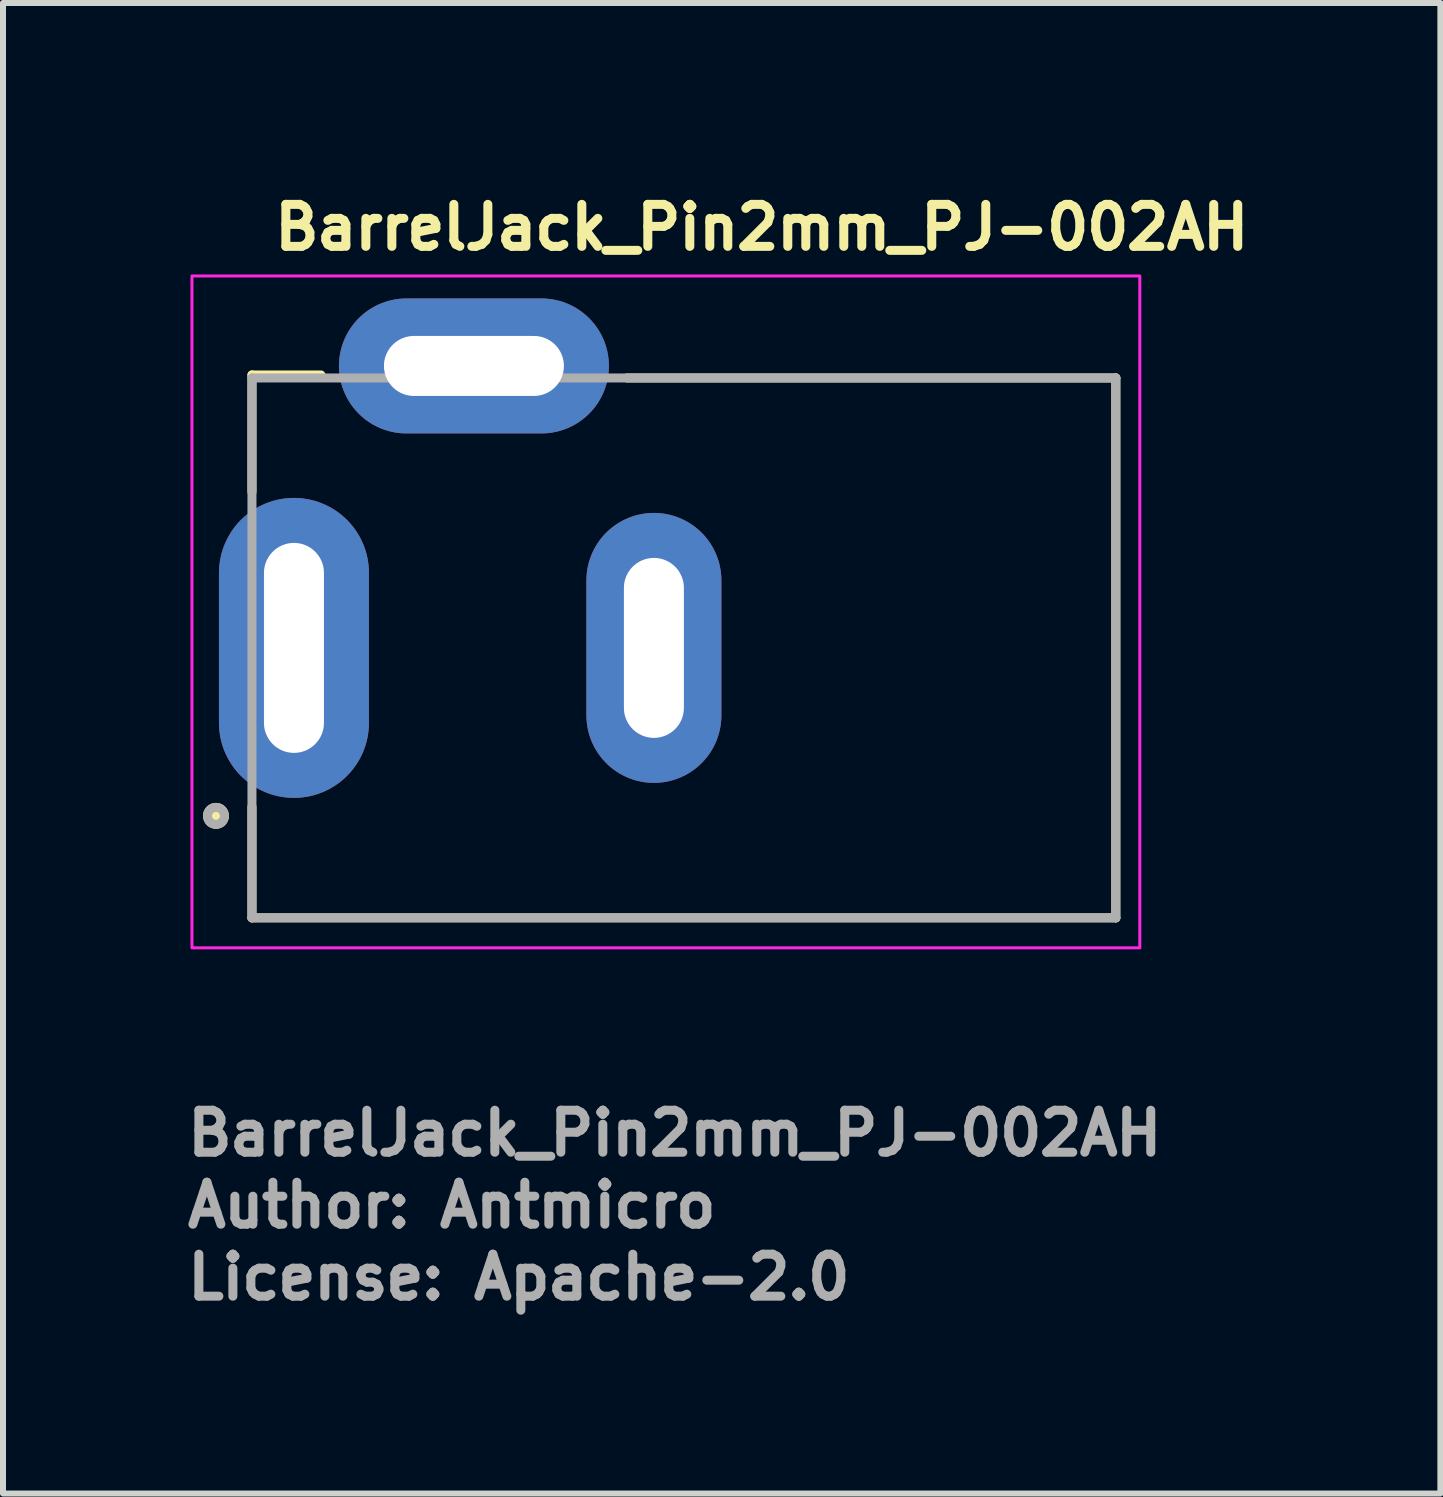
<source format=kicad_pcb>
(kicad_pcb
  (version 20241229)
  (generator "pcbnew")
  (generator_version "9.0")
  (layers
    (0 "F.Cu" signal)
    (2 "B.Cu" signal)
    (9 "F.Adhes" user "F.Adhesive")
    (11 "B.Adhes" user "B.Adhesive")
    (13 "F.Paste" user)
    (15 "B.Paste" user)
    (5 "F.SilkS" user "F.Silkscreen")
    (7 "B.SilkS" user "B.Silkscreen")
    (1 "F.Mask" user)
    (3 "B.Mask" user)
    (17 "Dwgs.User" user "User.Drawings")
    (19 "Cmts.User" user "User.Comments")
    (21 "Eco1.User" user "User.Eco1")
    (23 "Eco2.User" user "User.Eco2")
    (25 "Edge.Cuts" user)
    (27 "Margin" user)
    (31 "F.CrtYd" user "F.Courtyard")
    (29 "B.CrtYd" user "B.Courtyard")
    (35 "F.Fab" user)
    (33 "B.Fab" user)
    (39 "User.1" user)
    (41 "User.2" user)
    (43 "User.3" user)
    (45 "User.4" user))
  (footprint "BarrelJack_Pin2mm_PJ-002AH"
    (layer "F.Cu")
    (at 1.85 7.75)
    (property "Reference" "BarrelJack_Pin2mm_PJ-002AH" (at -0.4 -6.6 0) (layer "F.SilkS") (effects (font (size 0.7 0.7) (thickness 0.15)) (justify left bottom)))
    (attr through_hole)
    (fp_line (start -0.7 -4.55) (end 0.45 -4.55) (stroke (width 0.15) (type solid)) (layer "F.SilkS"))
    (fp_line (start -0.7 -2.6) (end -0.7 -4.55) (stroke (width 0.15) (type solid)) (layer "F.SilkS"))
    (fp_line (start -0.7 4.5) (end -0.7 2.65) (stroke (width 0.15) (type solid)) (layer "F.SilkS"))
    (fp_line (start 5.55 -4.5) (end 13.7 -4.5) (stroke (width 0.15) (type solid)) (layer "F.SilkS"))
    (fp_line (start 13.7 -4.5) (end 13.7 4.5) (stroke (width 0.15) (type solid)) (layer "F.SilkS"))
    (fp_line (start 13.7 4.5) (end -0.7 4.5) (stroke (width 0.15) (type solid)) (layer "F.SilkS"))
    (fp_circle (center -1.3 2.8) (end -1.2 2.9) (stroke (width 0.15) (type solid)) (fill yes) (layer "F.SilkS"))
    (fp_rect (start 14.1 5) (end -1.7 -6.2) (stroke (width 0.05) (type default)) (fill no) (layer "F.CrtYd"))
    (fp_line (start -0.7 -4.5) (end 13.7 -4.5) (stroke (width 0.15) (type solid)) (layer "F.Fab"))
    (fp_line (start -0.7 4.5) (end -0.7 -4.5) (stroke (width 0.15) (type solid)) (layer "F.Fab"))
    (fp_line (start 13.7 -4.5) (end 13.7 4.5) (stroke (width 0.15) (type solid)) (layer "F.Fab"))
    (fp_line (start 13.7 4.5) (end -0.7 4.5) (stroke (width 0.15) (type solid)) (layer "F.Fab"))
    (fp_circle (center -1.3 2.8) (end -1.159 2.8) (stroke (width 0.15) (type solid)) (fill no) (layer "F.Fab"))
    (fp_line (start -0.65 -1.5) (end -0.65 -4.5) (stroke (width 0.1) (type solid)) (layer "User.9"))
    (fp_line (start -0.65 4.5) (end -0.65 1.5) (stroke (width 0.1) (type solid)) (layer "User.9"))
    (fp_line (start -0.13 -1.5) (end -0.65 -1.5) (stroke (width 0.1) (type solid)) (layer "User.9"))
    (fp_line (start -0.13 -1.5) (end -0.128 -1.5) (stroke (width 0.1) (type solid)) (layer "User.9"))
    (fp_line (start -0.13 1.5) (end -0.65 1.5) (stroke (width 0.1) (type solid)) (layer "User.9"))
    (fp_line (start -0.13 1.5) (end -0.13 -1.5) (stroke (width 0.1) (type solid)) (layer "User.9"))
    (fp_line (start -0.128 -1.5) (end -0.122 -1.5) (stroke (width 0.1) (type solid)) (layer "User.9"))
    (fp_line (start -0.128 1.5) (end -0.13 1.5) (stroke (width 0.1) (type solid)) (layer "User.9"))
    (fp_line (start -0.122 -1.5) (end -0.111 -1.5) (stroke (width 0.1) (type solid)) (layer "User.9"))
    (fp_line (start -0.122 1.5) (end -0.128 1.5) (stroke (width 0.1) (type solid)) (layer "User.9"))
    (fp_line (start -0.111 -1.5) (end -0.097 -1.5) (stroke (width 0.1) (type solid)) (layer "User.9"))
    (fp_line (start -0.111 1.5) (end -0.122 1.5) (stroke (width 0.1) (type solid)) (layer "User.9"))
    (fp_line (start -0.097 -1.5) (end -0.078 -1.5) (stroke (width 0.1) (type solid)) (layer "User.9"))
    (fp_line (start -0.097 1.5) (end -0.111 1.5) (stroke (width 0.1) (type solid)) (layer "User.9"))
    (fp_line (start -0.078 -1.5) (end -0.056 -1.5) (stroke (width 0.1) (type solid)) (layer "User.9"))
    (fp_line (start -0.078 1.5) (end -0.097 1.5) (stroke (width 0.1) (type solid)) (layer "User.9"))
    (fp_line (start -0.056 -1.5) (end -0.03 -1.5) (stroke (width 0.1) (type solid)) (layer "User.9"))
    (fp_line (start -0.056 1.5) (end -0.078 1.5) (stroke (width 0.1) (type solid)) (layer "User.9"))
    (fp_line (start -0.03 -1.5) (end -0.001 -1.5) (stroke (width 0.1) (type solid)) (layer "User.9"))
    (fp_line (start -0.03 1.5) (end -0.056 1.5) (stroke (width 0.1) (type solid)) (layer "User.9"))
    (fp_line (start -0.001 -1.5) (end 0.032 -1.5) (stroke (width 0.1) (type solid)) (layer "User.9"))
    (fp_line (start -0.001 1.5) (end -0.03 1.5) (stroke (width 0.1) (type solid)) (layer "User.9"))
    (fp_line (start 0.032 -1.5) (end 0.067 -1.5) (stroke (width 0.1) (type solid)) (layer "User.9"))
    (fp_line (start 0.032 1.5) (end -0.001 1.5) (stroke (width 0.1) (type solid)) (layer "User.9"))
    (fp_line (start 0.067 -1.5) (end 0.105 -1.5) (stroke (width 0.1) (type solid)) (layer "User.9"))
    (fp_line (start 0.067 1.5) (end 0.032 1.5) (stroke (width 0.1) (type solid)) (layer "User.9"))
    (fp_line (start 0.105 -1.5) (end 0.145 -1.5) (stroke (width 0.1) (type solid)) (layer "User.9"))
    (fp_line (start 0.105 1.5) (end 0.067 1.5) (stroke (width 0.1) (type solid)) (layer "User.9"))
    (fp_line (start 0.145 -1.5) (end 0.187 -1.5) (stroke (width 0.1) (type solid)) (layer "User.9"))
    (fp_line (start 0.145 1.5) (end 0.105 1.5) (stroke (width 0.1) (type solid)) (layer "User.9"))
    (fp_line (start 0.187 -1.5) (end 0.23 -1.5) (stroke (width 0.1) (type solid)) (layer "User.9"))
    (fp_line (start 0.187 1.5) (end 0.145 1.5) (stroke (width 0.1) (type solid)) (layer "User.9"))
    (fp_line (start 0.23 -1.496) (end 0.23 -1.5) (stroke (width 0.1) (type solid)) (layer "User.9"))
    (fp_line (start 0.23 -1.483) (end 0.23 -1.496) (stroke (width 0.1) (type solid)) (layer "User.9"))
    (fp_line (start 0.23 -1.462) (end 0.23 -1.483) (stroke (width 0.1) (type solid)) (layer "User.9"))
    (fp_line (start 0.23 -1.433) (end 0.23 -1.462) (stroke (width 0.1) (type solid)) (layer "User.9"))
    (fp_line (start 0.23 -1.396) (end 0.23 -1.433) (stroke (width 0.1) (type solid)) (layer "User.9"))
    (fp_line (start 0.23 -1.351) (end 0.23 -1.396) (stroke (width 0.1) (type solid)) (layer "User.9"))
    (fp_line (start 0.23 -1.299) (end 0.23 -1.351) (stroke (width 0.1) (type solid)) (layer "User.9"))
    (fp_line (start 0.23 -1.239) (end 0.23 -1.299) (stroke (width 0.1) (type solid)) (layer "User.9"))
    (fp_line (start 0.23 -1.173) (end 0.23 -1.239) (stroke (width 0.1) (type solid)) (layer "User.9"))
    (fp_line (start 0.23 -1.1) (end 0.23 -1.173) (stroke (width 0.1) (type solid)) (layer "User.9"))
    (fp_line (start 0.23 -1.02) (end 0.23 -1.1) (stroke (width 0.1) (type solid)) (layer "User.9"))
    (fp_line (start 0.23 -0.935) (end 0.23 -1.02) (stroke (width 0.1) (type solid)) (layer "User.9"))
    (fp_line (start 0.23 -0.845) (end 0.23 -0.935) (stroke (width 0.1) (type solid)) (layer "User.9"))
    (fp_line (start 0.23 -0.75) (end 0.23 -0.845) (stroke (width 0.1) (type solid)) (layer "User.9"))
    (fp_line (start 0.23 0.845) (end 0.23 0.75) (stroke (width 0.1) (type solid)) (layer "User.9"))
    (fp_line (start 0.23 0.935) (end 0.23 0.845) (stroke (width 0.1) (type solid)) (layer "User.9"))
    (fp_line (start 0.23 1.02) (end 0.23 0.935) (stroke (width 0.1) (type solid)) (layer "User.9"))
    (fp_line (start 0.23 1.1) (end 0.23 1.02) (stroke (width 0.1) (type solid)) (layer "User.9"))
    (fp_line (start 0.23 1.173) (end 0.23 1.1) (stroke (width 0.1) (type solid)) (layer "User.9"))
    (fp_line (start 0.23 1.239) (end 0.23 1.173) (stroke (width 0.1) (type solid)) (layer "User.9"))
    (fp_line (start 0.23 1.299) (end 0.23 1.239) (stroke (width 0.1) (type solid)) (layer "User.9"))
    (fp_line (start 0.23 1.351) (end 0.23 1.299) (stroke (width 0.1) (type solid)) (layer "User.9"))
    (fp_line (start 0.23 1.396) (end 0.23 1.351) (stroke (width 0.1) (type solid)) (layer "User.9"))
    (fp_line (start 0.23 1.433) (end 0.23 1.396) (stroke (width 0.1) (type solid)) (layer "User.9"))
    (fp_line (start 0.23 1.462) (end 0.23 1.433) (stroke (width 0.1) (type solid)) (layer "User.9"))
    (fp_line (start 0.23 1.483) (end 0.23 1.462) (stroke (width 0.1) (type solid)) (layer "User.9"))
    (fp_line (start 0.23 1.496) (end 0.23 1.483) (stroke (width 0.1) (type solid)) (layer "User.9"))
    (fp_line (start 0.23 1.5) (end 0.187 1.5) (stroke (width 0.1) (type solid)) (layer "User.9"))
    (fp_line (start 0.23 1.5) (end 0.23 -1.5) (stroke (width 0.1) (type solid)) (layer "User.9"))
    (fp_line (start 0.23 1.5) (end 0.23 -1.5) (stroke (width 0.1) (type solid)) (layer "User.9"))
    (fp_line (start 0.23 1.5) (end 0.23 1.496) (stroke (width 0.1) (type solid)) (layer "User.9"))
    (fp_line (start 0.25 -4.5) (end -0.65 -4.5) (stroke (width 0.1) (type solid)) (layer "User.9"))
    (fp_line (start 0.25 -4.5) (end 0.25 -4.1) (stroke (width 0.1) (type solid)) (layer "User.9"))
    (fp_line (start 0.25 -4.5) (end 10.25 -4.5) (stroke (width 0.1) (type solid)) (layer "User.9"))
    (fp_line (start 0.25 -4.1) (end 0.25 -3.997) (stroke (width 0.1) (type solid)) (layer "User.9"))
    (fp_line (start 0.25 -4.1) (end 10.25 -4.1) (stroke (width 0.1) (type solid)) (layer "User.9"))
    (fp_line (start 0.25 -3.997) (end 0.25 -3.694) (stroke (width 0.1) (type solid)) (layer "User.9"))
    (fp_line (start 0.25 -3.694) (end 0.25 -3.206) (stroke (width 0.1) (type solid)) (layer "User.9"))
    (fp_line (start 0.25 -3.206) (end 0.25 -2.556) (stroke (width 0.1) (type solid)) (layer "User.9"))
    (fp_line (start 0.25 -2.556) (end 0.25 -1.779) (stroke (width 0.1) (type solid)) (layer "User.9"))
    (fp_line (start 0.25 -1.779) (end 0.25 -0.912) (stroke (width 0.1) (type solid)) (layer "User.9"))
    (fp_line (start 0.25 -0.912) (end 0.25 0) (stroke (width 0.1) (type solid)) (layer "User.9"))
    (fp_line (start 0.25 0) (end 0.25 0.912) (stroke (width 0.1) (type solid)) (layer "User.9"))
    (fp_line (start 0.25 0.912) (end 0.25 1.779) (stroke (width 0.1) (type solid)) (layer "User.9"))
    (fp_line (start 0.25 1.779) (end 0.25 2.556) (stroke (width 0.1) (type solid)) (layer "User.9"))
    (fp_line (start 0.25 2.556) (end 0.25 3.206) (stroke (width 0.1) (type solid)) (layer "User.9"))
    (fp_line (start 0.25 3.206) (end 0.25 3.694) (stroke (width 0.1) (type solid)) (layer "User.9"))
    (fp_line (start 0.25 3.694) (end 0.25 3.997) (stroke (width 0.1) (type solid)) (layer "User.9"))
    (fp_line (start 0.25 3.997) (end 0.25 4.1) (stroke (width 0.1) (type solid)) (layer "User.9"))
    (fp_line (start 0.25 4.1) (end 0.25 4.5) (stroke (width 0.1) (type solid)) (layer "User.9"))
    (fp_line (start 0.25 4.1) (end 10.25 4.1) (stroke (width 0.1) (type solid)) (layer "User.9"))
    (fp_line (start 0.25 4.5) (end -0.65 4.5) (stroke (width 0.1) (type solid)) (layer "User.9"))
    (fp_line (start 0.25 4.5) (end 10.25 4.5) (stroke (width 0.1) (type solid)) (layer "User.9"))
    (fp_line (start 1.8 -4.9) (end 4.3 -4.9) (stroke (width 0.1) (type solid)) (layer "User.9"))
    (fp_line (start 1.8 -4.898) (end 1.8 -4.9) (stroke (width 0.1) (type solid)) (layer "User.9"))
    (fp_line (start 1.8 -4.89) (end 1.8 -4.898) (stroke (width 0.1) (type solid)) (layer "User.9"))
    (fp_line (start 1.8 -4.879) (end 1.8 -4.89) (stroke (width 0.1) (type solid)) (layer "User.9"))
    (fp_line (start 1.8 -4.862) (end 1.8 -4.879) (stroke (width 0.1) (type solid)) (layer "User.9"))
    (fp_line (start 1.8 -4.841) (end 1.8 -4.862) (stroke (width 0.1) (type solid)) (layer "User.9"))
    (fp_line (start 1.8 -4.816) (end 1.8 -4.841) (stroke (width 0.1) (type solid)) (layer "User.9"))
    (fp_line (start 1.8 -4.787) (end 1.8 -4.816) (stroke (width 0.1) (type solid)) (layer "User.9"))
    (fp_line (start 1.8 -4.755) (end 1.8 -4.787) (stroke (width 0.1) (type solid)) (layer "User.9"))
    (fp_line (start 1.8 -4.718) (end 1.8 -4.755) (stroke (width 0.1) (type solid)) (layer "User.9"))
    (fp_line (start 1.8 -4.679) (end 1.8 -4.718) (stroke (width 0.1) (type solid)) (layer "User.9"))
    (fp_line (start 1.8 -4.637) (end 1.8 -4.679) (stroke (width 0.1) (type solid)) (layer "User.9"))
    (fp_line (start 1.8 -4.593) (end 1.8 -4.637) (stroke (width 0.1) (type solid)) (layer "User.9"))
    (fp_line (start 1.8 -4.547) (end 1.8 -4.593) (stroke (width 0.1) (type solid)) (layer "User.9"))
    (fp_line (start 1.8 -4.5) (end 1.8 -4.547) (stroke (width 0.1) (type solid)) (layer "User.9"))
    (fp_line (start 2.3 -4.9) (end 2.319 -4.9) (stroke (width 0.1) (type solid)) (layer "User.9"))
    (fp_line (start 2.319 -4.9) (end 2.3 -4.9) (stroke (width 0.1) (type solid)) (layer "User.9"))
    (fp_line (start 2.319 -4.9) (end 2.374 -4.9) (stroke (width 0.1) (type solid)) (layer "User.9"))
    (fp_line (start 2.374 -4.9) (end 2.319 -4.9) (stroke (width 0.1) (type solid)) (layer "User.9"))
    (fp_line (start 2.374 -4.9) (end 2.464 -4.9) (stroke (width 0.1) (type solid)) (layer "User.9"))
    (fp_line (start 2.464 -4.9) (end 2.374 -4.9) (stroke (width 0.1) (type solid)) (layer "User.9"))
    (fp_line (start 2.464 -4.9) (end 2.582 -4.9) (stroke (width 0.1) (type solid)) (layer "User.9"))
    (fp_line (start 2.582 -4.9) (end 2.464 -4.9) (stroke (width 0.1) (type solid)) (layer "User.9"))
    (fp_line (start 2.582 -4.9) (end 2.725 -4.9) (stroke (width 0.1) (type solid)) (layer "User.9"))
    (fp_line (start 2.725 -4.9) (end 2.582 -4.9) (stroke (width 0.1) (type solid)) (layer "User.9"))
    (fp_line (start 2.725 -4.9) (end 2.883 -4.9) (stroke (width 0.1) (type solid)) (layer "User.9"))
    (fp_line (start 2.883 -4.9) (end 2.725 -4.9) (stroke (width 0.1) (type solid)) (layer "User.9"))
    (fp_line (start 2.883 -4.9) (end 3.05 -4.9) (stroke (width 0.1) (type solid)) (layer "User.9"))
    (fp_line (start 3.05 -4.9) (end 2.883 -4.9) (stroke (width 0.1) (type solid)) (layer "User.9"))
    (fp_line (start 3.05 -4.9) (end 3.217 -4.9) (stroke (width 0.1) (type solid)) (layer "User.9"))
    (fp_line (start 3.217 -4.9) (end 3.05 -4.9) (stroke (width 0.1) (type solid)) (layer "User.9"))
    (fp_line (start 3.217 -4.9) (end 3.375 -4.9) (stroke (width 0.1) (type solid)) (layer "User.9"))
    (fp_line (start 3.375 -4.9) (end 3.217 -4.9) (stroke (width 0.1) (type solid)) (layer "User.9"))
    (fp_line (start 3.375 -4.9) (end 3.518 -4.9) (stroke (width 0.1) (type solid)) (layer "User.9"))
    (fp_line (start 3.518 -4.9) (end 3.375 -4.9) (stroke (width 0.1) (type solid)) (layer "User.9"))
    (fp_line (start 3.518 -4.9) (end 3.636 -4.9) (stroke (width 0.1) (type solid)) (layer "User.9"))
    (fp_line (start 3.636 -4.9) (end 3.518 -4.9) (stroke (width 0.1) (type solid)) (layer "User.9"))
    (fp_line (start 3.636 -4.9) (end 3.726 -4.9) (stroke (width 0.1) (type solid)) (layer "User.9"))
    (fp_line (start 3.726 -4.9) (end 3.636 -4.9) (stroke (width 0.1) (type solid)) (layer "User.9"))
    (fp_line (start 3.726 -4.9) (end 3.781 -4.9) (stroke (width 0.1) (type solid)) (layer "User.9"))
    (fp_line (start 3.781 -4.9) (end 3.726 -4.9) (stroke (width 0.1) (type solid)) (layer "User.9"))
    (fp_line (start 3.781 -4.9) (end 3.8 -4.9) (stroke (width 0.1) (type solid)) (layer "User.9"))
    (fp_line (start 3.8 -4.9) (end 3.781 -4.9) (stroke (width 0.1) (type solid)) (layer "User.9"))
    (fp_line (start 4.3 -4.9) (end 4.3 -4.898) (stroke (width 0.1) (type solid)) (layer "User.9"))
    (fp_line (start 4.3 -4.898) (end 4.3 -4.89) (stroke (width 0.1) (type solid)) (layer "User.9"))
    (fp_line (start 4.3 -4.89) (end 4.3 -4.879) (stroke (width 0.1) (type solid)) (layer "User.9"))
    (fp_line (start 4.3 -4.879) (end 4.3 -4.862) (stroke (width 0.1) (type solid)) (layer "User.9"))
    (fp_line (start 4.3 -4.862) (end 4.3 -4.841) (stroke (width 0.1) (type solid)) (layer "User.9"))
    (fp_line (start 4.3 -4.841) (end 4.3 -4.816) (stroke (width 0.1) (type solid)) (layer "User.9"))
    (fp_line (start 4.3 -4.816) (end 4.3 -4.787) (stroke (width 0.1) (type solid)) (layer "User.9"))
    (fp_line (start 4.3 -4.787) (end 4.3 -4.755) (stroke (width 0.1) (type solid)) (layer "User.9"))
    (fp_line (start 4.3 -4.755) (end 4.3 -4.718) (stroke (width 0.1) (type solid)) (layer "User.9"))
    (fp_line (start 4.3 -4.718) (end 4.3 -4.679) (stroke (width 0.1) (type solid)) (layer "User.9"))
    (fp_line (start 4.3 -4.679) (end 4.3 -4.637) (stroke (width 0.1) (type solid)) (layer "User.9"))
    (fp_line (start 4.3 -4.637) (end 4.3 -4.593) (stroke (width 0.1) (type solid)) (layer "User.9"))
    (fp_line (start 4.3 -4.593) (end 4.3 -4.547) (stroke (width 0.1) (type solid)) (layer "User.9"))
    (fp_line (start 4.3 -4.547) (end 4.3 -4.5) (stroke (width 0.1) (type solid)) (layer "User.9"))
    (fp_line (start 10.25 -4.5) (end 10.25 4.5) (stroke (width 0.1) (type solid)) (layer "User.9"))
    (fp_line (start 10.25 -4.5) (end 11.25 -4.5) (stroke (width 0.1) (type solid)) (layer "User.9"))
    (fp_line (start 10.25 4.5) (end 11.25 4.5) (stroke (width 0.1) (type solid)) (layer "User.9"))
    (fp_line (start 11.25 -4.5) (end 11.25 4.5) (stroke (width 0.1) (type solid)) (layer "User.9"))
    (fp_line (start 11.25 3) (end 12.75 3) (stroke (width 0.1) (type solid)) (layer "User.9"))
    (fp_line (start 11.25 4.5) (end 12.75 4.5) (stroke (width 0.1) (type solid)) (layer "User.9"))
    (fp_line (start 12.75 -4.5) (end 11.25 -4.5) (stroke (width 0.1) (type solid)) (layer "User.9"))
    (fp_line (start 12.75 -4.5) (end 13.75 -4.5) (stroke (width 0.1) (type solid)) (layer "User.9"))
    (fp_line (start 12.75 -3) (end 11.25 -3) (stroke (width 0.1) (type solid)) (layer "User.9"))
    (fp_line (start 12.75 4.5) (end 12.75 -4.5) (stroke (width 0.1) (type solid)) (layer "User.9"))
    (fp_line (start 12.75 4.5) (end 13.75 4.5) (stroke (width 0.1) (type solid)) (layer "User.9"))
    (fp_line (start 13.75 -4.5) (end 13.75 4.5) (stroke (width 0.1) (type solid)) (layer "User.9"))
    (fp_text user "License: Apache-2.0" (at -1.85 10.9 0) (layer "F.Fab") (effects (font (size 0.7 0.7) (thickness 0.15)) (justify left bottom)))
    (fp_text user "Author: Antmicro" (at -1.85 9.7 0) (layer "F.Fab") (effects (font (size 0.7 0.7) (thickness 0.15)) (justify left bottom)))
    (fp_text user "${REFERENCE}" (at -1.85 8.5 0) (layer "F.Fab") (effects (font (size 0.7 0.7) (thickness 0.15)) (justify left bottom)))
    (pad "1" thru_hole oval (at 0 0) (size 2.5 5) (drill oval 1 3.5) (layers "*.Cu" "*.Mask"))
    (pad "2" thru_hole oval (at 6 0) (size 2.25 4.5) (drill oval 1 3) (layers "*.Cu" "*.Mask"))
    (pad "3" thru_hole oval (at 3 -4.7) (size 4.5 2.25) (drill oval 3 1) (layers "*.Cu" "*.Mask")))
  (gr_rect
    (start -3 -3)
    (end 20.96 21.846)
    (stroke (width 0.1) (type default))
    (fill no)
    (layer "Edge.Cuts")))
</source>
